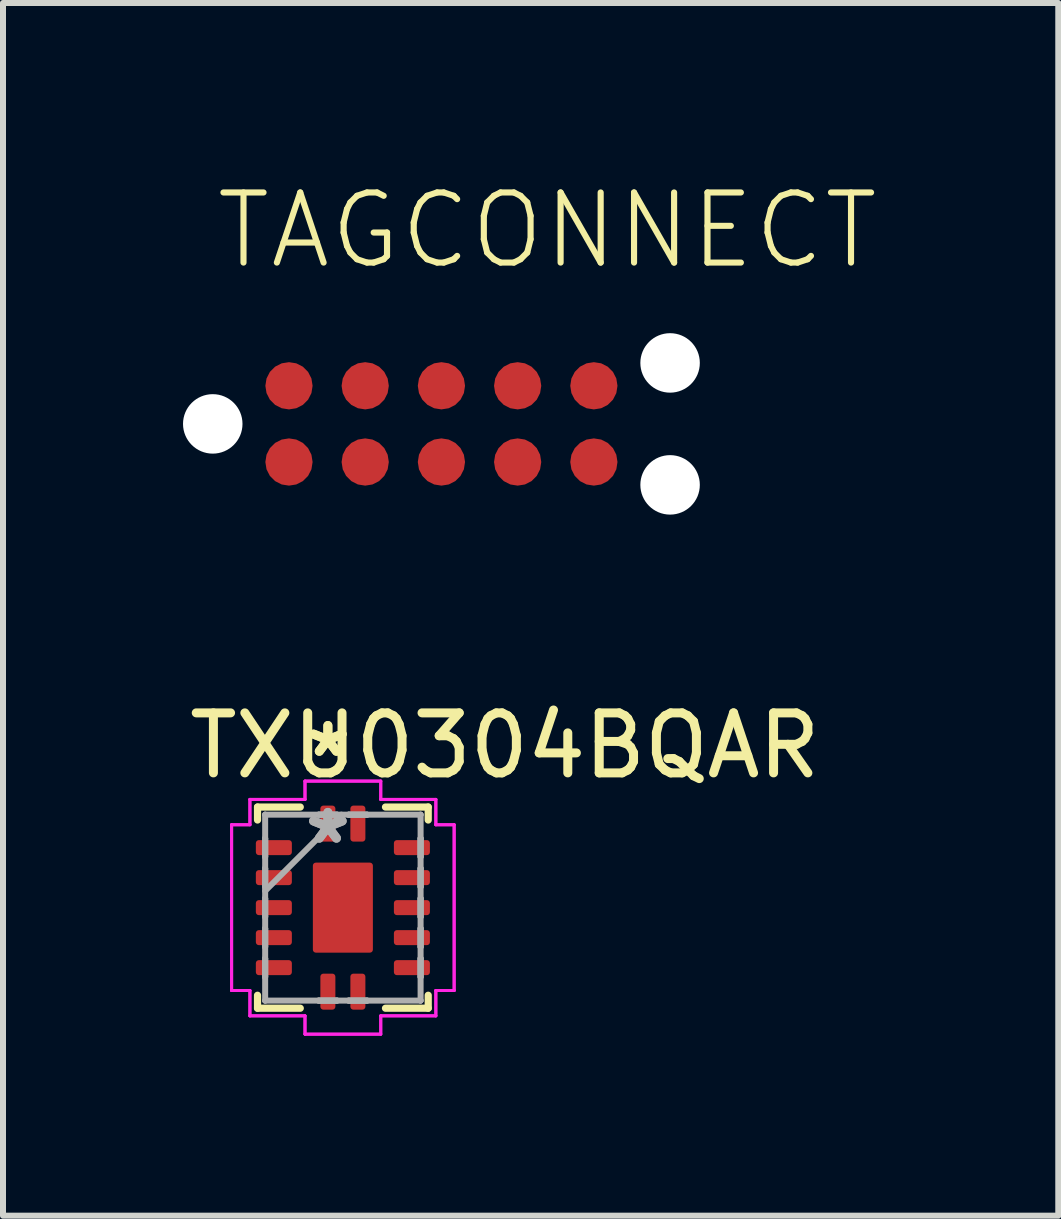
<source format=kicad_pcb>
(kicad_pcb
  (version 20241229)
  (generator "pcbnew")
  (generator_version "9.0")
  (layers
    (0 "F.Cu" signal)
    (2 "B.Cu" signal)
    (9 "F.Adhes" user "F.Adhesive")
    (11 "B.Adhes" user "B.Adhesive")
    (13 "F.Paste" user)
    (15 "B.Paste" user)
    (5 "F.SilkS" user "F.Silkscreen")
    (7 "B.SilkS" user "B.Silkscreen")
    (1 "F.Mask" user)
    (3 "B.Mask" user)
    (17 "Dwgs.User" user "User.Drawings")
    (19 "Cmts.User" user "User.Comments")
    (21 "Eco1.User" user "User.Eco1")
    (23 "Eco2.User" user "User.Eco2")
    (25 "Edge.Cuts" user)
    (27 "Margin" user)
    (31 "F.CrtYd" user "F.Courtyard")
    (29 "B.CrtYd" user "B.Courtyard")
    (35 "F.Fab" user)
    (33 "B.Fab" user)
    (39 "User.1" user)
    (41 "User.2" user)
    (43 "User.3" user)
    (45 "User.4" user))
  (footprint "TAGCONNECT"
    (layer "F.Cu")
    (at 4.305 4.013)
    (property "Reference" "TAGCONNECT" (at -3.81 -2.54 0) (layer "F.SilkS") (effects (font (size 1.168 1.168) (thickness 0.102)) (justify left bottom)))
    (pad "" np_thru_hole circle (at -3.81 0) (size 0.991 0.991) (drill 0.991) (layers "*.Cu" "*.Mask"))
    (pad "" np_thru_hole circle (at 3.81 -1.016) (size 0.991 0.991) (drill 0.991) (layers "*.Cu" "*.Mask"))
    (pad "" np_thru_hole circle (at 3.81 1.016) (size 0.991 0.991) (drill 0.991) (layers "*.Cu" "*.Mask"))
    (pad "1" smd roundrect (at -2.54 0.635) (size 0.787 0.787) (layers "F.Cu" "F.Mask") (roundrect_rratio 0.5))
    (pad "2" smd roundrect (at -1.27 0.635) (size 0.787 0.787) (layers "F.Cu" "F.Mask") (roundrect_rratio 0.5))
    (pad "3" smd roundrect (at 0 0.635) (size 0.787 0.787) (layers "F.Cu" "F.Mask") (roundrect_rratio 0.5))
    (pad "4" smd roundrect (at 1.27 0.635) (size 0.787 0.787) (layers "F.Cu" "F.Mask") (roundrect_rratio 0.5))
    (pad "5" smd roundrect (at 2.54 0.635) (size 0.787 0.787) (layers "F.Cu" "F.Mask") (roundrect_rratio 0.5))
    (pad "6" smd roundrect (at 2.54 -0.635) (size 0.787 0.787) (layers "F.Cu" "F.Mask") (roundrect_rratio 0.5))
    (pad "7" smd roundrect (at 1.27 -0.635) (size 0.787 0.787) (layers "F.Cu" "F.Mask") (roundrect_rratio 0.5))
    (pad "8" smd roundrect (at 0 -0.635) (size 0.787 0.787) (layers "F.Cu" "F.Mask") (roundrect_rratio 0.5))
    (pad "9" smd roundrect (at -1.27 -0.635) (size 0.787 0.787) (layers "F.Cu" "F.Mask") (roundrect_rratio 0.5))
    (pad "10" smd roundrect (at -2.54 -0.635) (size 0.787 0.787) (layers "F.Cu" "F.Mask") (roundrect_rratio 0.5)))
  (footprint "TXU0304BQAR"
    (layer "F.Cu")
    (at 2.663 12.073)
    (property "Reference" "TXU0304BQAR" (at 2.7 -2.7 0) (layer "F.SilkS") (effects (font (size 1 1) (thickness 0.15))))
    (attr through_hole)
    (fp_line (start -1.422 -1.676) (end -1.422 -1.46) (stroke (width 0.12) (type solid)) (layer "F.SilkS"))
    (fp_line (start -1.422 1.46) (end -1.422 1.676) (stroke (width 0.12) (type solid)) (layer "F.SilkS"))
    (fp_line (start -1.422 1.676) (end -0.71 1.676) (stroke (width 0.12) (type solid)) (layer "F.SilkS"))
    (fp_line (start -0.71 -1.676) (end -1.422 -1.676) (stroke (width 0.12) (type solid)) (layer "F.SilkS"))
    (fp_line (start 0.71 1.676) (end 1.422 1.676) (stroke (width 0.12) (type solid)) (layer "F.SilkS"))
    (fp_line (start 1.422 -1.676) (end 0.71 -1.676) (stroke (width 0.12) (type solid)) (layer "F.SilkS"))
    (fp_line (start 1.422 -1.46) (end 1.422 -1.676) (stroke (width 0.12) (type solid)) (layer "F.SilkS"))
    (fp_line (start 1.422 1.676) (end 1.422 1.46) (stroke (width 0.12) (type solid)) (layer "F.SilkS"))
    (fp_line (start -1.854 -1.381) (end -1.549 -1.381) (stroke (width 0.05) (type solid)) (layer "F.CrtYd"))
    (fp_line (start -1.854 -1.381) (end -1.549 -1.381) (stroke (width 0.05) (type solid)) (layer "F.CrtYd"))
    (fp_line (start -1.854 1.381) (end -1.854 -1.381) (stroke (width 0.05) (type solid)) (layer "F.CrtYd"))
    (fp_line (start -1.854 1.381) (end -1.854 -1.381) (stroke (width 0.05) (type solid)) (layer "F.CrtYd"))
    (fp_line (start -1.549 -1.803) (end -0.631 -1.803) (stroke (width 0.05) (type solid)) (layer "F.CrtYd"))
    (fp_line (start -1.549 -1.803) (end -0.631 -1.803) (stroke (width 0.05) (type solid)) (layer "F.CrtYd"))
    (fp_line (start -1.549 -1.381) (end -1.549 -1.803) (stroke (width 0.05) (type solid)) (layer "F.CrtYd"))
    (fp_line (start -1.549 -1.381) (end -1.549 -1.803) (stroke (width 0.05) (type solid)) (layer "F.CrtYd"))
    (fp_line (start -1.549 1.381) (end -1.854 1.381) (stroke (width 0.05) (type solid)) (layer "F.CrtYd"))
    (fp_line (start -1.549 1.381) (end -1.854 1.381) (stroke (width 0.05) (type solid)) (layer "F.CrtYd"))
    (fp_line (start -1.549 1.803) (end -1.549 1.381) (stroke (width 0.05) (type solid)) (layer "F.CrtYd"))
    (fp_line (start -1.549 1.803) (end -1.549 1.381) (stroke (width 0.05) (type solid)) (layer "F.CrtYd"))
    (fp_line (start -0.631 -2.108) (end 0.631 -2.108) (stroke (width 0.05) (type solid)) (layer "F.CrtYd"))
    (fp_line (start -0.631 -2.108) (end 0.631 -2.108) (stroke (width 0.05) (type solid)) (layer "F.CrtYd"))
    (fp_line (start -0.631 -1.803) (end -0.631 -2.108) (stroke (width 0.05) (type solid)) (layer "F.CrtYd"))
    (fp_line (start -0.631 -1.803) (end -0.631 -2.108) (stroke (width 0.05) (type solid)) (layer "F.CrtYd"))
    (fp_line (start -0.631 1.803) (end -1.549 1.803) (stroke (width 0.05) (type solid)) (layer "F.CrtYd"))
    (fp_line (start -0.631 1.803) (end -1.549 1.803) (stroke (width 0.05) (type solid)) (layer "F.CrtYd"))
    (fp_line (start -0.631 2.108) (end -0.631 1.803) (stroke (width 0.05) (type solid)) (layer "F.CrtYd"))
    (fp_line (start -0.631 2.108) (end -0.631 1.803) (stroke (width 0.05) (type solid)) (layer "F.CrtYd"))
    (fp_line (start 0.631 -2.108) (end 0.631 -1.803) (stroke (width 0.05) (type solid)) (layer "F.CrtYd"))
    (fp_line (start 0.631 -2.108) (end 0.631 -1.803) (stroke (width 0.05) (type solid)) (layer "F.CrtYd"))
    (fp_line (start 0.631 -1.803) (end 1.549 -1.803) (stroke (width 0.05) (type solid)) (layer "F.CrtYd"))
    (fp_line (start 0.631 -1.803) (end 1.549 -1.803) (stroke (width 0.05) (type solid)) (layer "F.CrtYd"))
    (fp_line (start 0.631 1.803) (end 0.631 2.108) (stroke (width 0.05) (type solid)) (layer "F.CrtYd"))
    (fp_line (start 0.631 1.803) (end 0.631 2.108) (stroke (width 0.05) (type solid)) (layer "F.CrtYd"))
    (fp_line (start 0.631 2.108) (end -0.631 2.108) (stroke (width 0.05) (type solid)) (layer "F.CrtYd"))
    (fp_line (start 0.631 2.108) (end -0.631 2.108) (stroke (width 0.05) (type solid)) (layer "F.CrtYd"))
    (fp_line (start 1.549 -1.803) (end 1.549 -1.381) (stroke (width 0.05) (type solid)) (layer "F.CrtYd"))
    (fp_line (start 1.549 -1.803) (end 1.549 -1.381) (stroke (width 0.05) (type solid)) (layer "F.CrtYd"))
    (fp_line (start 1.549 -1.381) (end 1.854 -1.381) (stroke (width 0.05) (type solid)) (layer "F.CrtYd"))
    (fp_line (start 1.549 -1.381) (end 1.854 -1.381) (stroke (width 0.05) (type solid)) (layer "F.CrtYd"))
    (fp_line (start 1.549 1.381) (end 1.549 1.803) (stroke (width 0.05) (type solid)) (layer "F.CrtYd"))
    (fp_line (start 1.549 1.381) (end 1.549 1.803) (stroke (width 0.05) (type solid)) (layer "F.CrtYd"))
    (fp_line (start 1.549 1.803) (end 0.631 1.803) (stroke (width 0.05) (type solid)) (layer "F.CrtYd"))
    (fp_line (start 1.549 1.803) (end 0.631 1.803) (stroke (width 0.05) (type solid)) (layer "F.CrtYd"))
    (fp_line (start 1.854 -1.381) (end 1.854 1.381) (stroke (width 0.05) (type solid)) (layer "F.CrtYd"))
    (fp_line (start 1.854 -1.381) (end 1.854 1.381) (stroke (width 0.05) (type solid)) (layer "F.CrtYd"))
    (fp_line (start 1.854 1.381) (end 1.549 1.381) (stroke (width 0.05) (type solid)) (layer "F.CrtYd"))
    (fp_line (start 1.854 1.381) (end 1.549 1.381) (stroke (width 0.05) (type solid)) (layer "F.CrtYd"))
    (fp_line (start -1.295 -1.549) (end -1.295 -1.549) (stroke (width 0.1) (type solid)) (layer "F.Fab"))
    (fp_line (start -1.295 -1.549) (end -1.295 1.549) (stroke (width 0.1) (type solid)) (layer "F.Fab"))
    (fp_line (start -1.295 -1.153) (end -1.295 -1.153) (stroke (width 0.1) (type solid)) (layer "F.Fab"))
    (fp_line (start -1.295 -1.153) (end -1.295 -0.848) (stroke (width 0.1) (type solid)) (layer "F.Fab"))
    (fp_line (start -1.295 -0.848) (end -1.295 -1.153) (stroke (width 0.1) (type solid)) (layer "F.Fab"))
    (fp_line (start -1.295 -0.848) (end -1.295 -0.848) (stroke (width 0.1) (type solid)) (layer "F.Fab"))
    (fp_line (start -1.295 -0.653) (end -1.295 -0.653) (stroke (width 0.1) (type solid)) (layer "F.Fab"))
    (fp_line (start -1.295 -0.653) (end -1.295 -0.348) (stroke (width 0.1) (type solid)) (layer "F.Fab"))
    (fp_line (start -1.295 -0.348) (end -1.295 -0.653) (stroke (width 0.1) (type solid)) (layer "F.Fab"))
    (fp_line (start -1.295 -0.348) (end -1.295 -0.348) (stroke (width 0.1) (type solid)) (layer "F.Fab"))
    (fp_line (start -1.295 -0.279) (end -0.025 -1.549) (stroke (width 0.1) (type solid)) (layer "F.Fab"))
    (fp_line (start -1.295 -0.152) (end -1.295 -0.152) (stroke (width 0.1) (type solid)) (layer "F.Fab"))
    (fp_line (start -1.295 -0.152) (end -1.295 0.152) (stroke (width 0.1) (type solid)) (layer "F.Fab"))
    (fp_line (start -1.295 0.152) (end -1.295 -0.152) (stroke (width 0.1) (type solid)) (layer "F.Fab"))
    (fp_line (start -1.295 0.152) (end -1.295 0.152) (stroke (width 0.1) (type solid)) (layer "F.Fab"))
    (fp_line (start -1.295 0.348) (end -1.295 0.348) (stroke (width 0.1) (type solid)) (layer "F.Fab"))
    (fp_line (start -1.295 0.348) (end -1.295 0.653) (stroke (width 0.1) (type solid)) (layer "F.Fab"))
    (fp_line (start -1.295 0.653) (end -1.295 0.348) (stroke (width 0.1) (type solid)) (layer "F.Fab"))
    (fp_line (start -1.295 0.653) (end -1.295 0.653) (stroke (width 0.1) (type solid)) (layer "F.Fab"))
    (fp_line (start -1.295 0.848) (end -1.295 0.848) (stroke (width 0.1) (type solid)) (layer "F.Fab"))
    (fp_line (start -1.295 0.848) (end -1.295 1.153) (stroke (width 0.1) (type solid)) (layer "F.Fab"))
    (fp_line (start -1.295 1.153) (end -1.295 0.848) (stroke (width 0.1) (type solid)) (layer "F.Fab"))
    (fp_line (start -1.295 1.153) (end -1.295 1.153) (stroke (width 0.1) (type solid)) (layer "F.Fab"))
    (fp_line (start -1.295 1.549) (end -1.295 1.549) (stroke (width 0.1) (type solid)) (layer "F.Fab"))
    (fp_line (start -1.295 1.549) (end 1.295 1.549) (stroke (width 0.1) (type solid)) (layer "F.Fab"))
    (fp_line (start -0.402 -1.549) (end -0.402 -1.549) (stroke (width 0.1) (type solid)) (layer "F.Fab"))
    (fp_line (start -0.402 -1.549) (end -0.098 -1.549) (stroke (width 0.1) (type solid)) (layer "F.Fab"))
    (fp_line (start -0.402 1.549) (end -0.402 1.549) (stroke (width 0.1) (type solid)) (layer "F.Fab"))
    (fp_line (start -0.402 1.549) (end -0.098 1.549) (stroke (width 0.1) (type solid)) (layer "F.Fab"))
    (fp_line (start -0.098 -1.549) (end -0.402 -1.549) (stroke (width 0.1) (type solid)) (layer "F.Fab"))
    (fp_line (start -0.098 -1.549) (end -0.098 -1.549) (stroke (width 0.1) (type solid)) (layer "F.Fab"))
    (fp_line (start -0.098 1.549) (end -0.402 1.549) (stroke (width 0.1) (type solid)) (layer "F.Fab"))
    (fp_line (start -0.098 1.549) (end -0.098 1.549) (stroke (width 0.1) (type solid)) (layer "F.Fab"))
    (fp_line (start 0.098 -1.549) (end 0.098 -1.549) (stroke (width 0.1) (type solid)) (layer "F.Fab"))
    (fp_line (start 0.098 -1.549) (end 0.402 -1.549) (stroke (width 0.1) (type solid)) (layer "F.Fab"))
    (fp_line (start 0.098 1.549) (end 0.098 1.549) (stroke (width 0.1) (type solid)) (layer "F.Fab"))
    (fp_line (start 0.098 1.549) (end 0.402 1.549) (stroke (width 0.1) (type solid)) (layer "F.Fab"))
    (fp_line (start 0.402 -1.549) (end 0.098 -1.549) (stroke (width 0.1) (type solid)) (layer "F.Fab"))
    (fp_line (start 0.402 -1.549) (end 0.402 -1.549) (stroke (width 0.1) (type solid)) (layer "F.Fab"))
    (fp_line (start 0.402 1.549) (end 0.098 1.549) (stroke (width 0.1) (type solid)) (layer "F.Fab"))
    (fp_line (start 0.402 1.549) (end 0.402 1.549) (stroke (width 0.1) (type solid)) (layer "F.Fab"))
    (fp_line (start 1.295 -1.549) (end -1.295 -1.549) (stroke (width 0.1) (type solid)) (layer "F.Fab"))
    (fp_line (start 1.295 -1.549) (end 1.295 -1.549) (stroke (width 0.1) (type solid)) (layer "F.Fab"))
    (fp_line (start 1.295 -1.153) (end 1.295 -1.153) (stroke (width 0.1) (type solid)) (layer "F.Fab"))
    (fp_line (start 1.295 -1.153) (end 1.295 -0.848) (stroke (width 0.1) (type solid)) (layer "F.Fab"))
    (fp_line (start 1.295 -0.848) (end 1.295 -1.153) (stroke (width 0.1) (type solid)) (layer "F.Fab"))
    (fp_line (start 1.295 -0.848) (end 1.295 -0.848) (stroke (width 0.1) (type solid)) (layer "F.Fab"))
    (fp_line (start 1.295 -0.653) (end 1.295 -0.653) (stroke (width 0.1) (type solid)) (layer "F.Fab"))
    (fp_line (start 1.295 -0.653) (end 1.295 -0.348) (stroke (width 0.1) (type solid)) (layer "F.Fab"))
    (fp_line (start 1.295 -0.348) (end 1.295 -0.653) (stroke (width 0.1) (type solid)) (layer "F.Fab"))
    (fp_line (start 1.295 -0.348) (end 1.295 -0.348) (stroke (width 0.1) (type solid)) (layer "F.Fab"))
    (fp_line (start 1.295 -0.152) (end 1.295 -0.152) (stroke (width 0.1) (type solid)) (layer "F.Fab"))
    (fp_line (start 1.295 -0.152) (end 1.295 0.152) (stroke (width 0.1) (type solid)) (layer "F.Fab"))
    (fp_line (start 1.295 0.152) (end 1.295 -0.152) (stroke (width 0.1) (type solid)) (layer "F.Fab"))
    (fp_line (start 1.295 0.152) (end 1.295 0.152) (stroke (width 0.1) (type solid)) (layer "F.Fab"))
    (fp_line (start 1.295 0.348) (end 1.295 0.348) (stroke (width 0.1) (type solid)) (layer "F.Fab"))
    (fp_line (start 1.295 0.348) (end 1.295 0.653) (stroke (width 0.1) (type solid)) (layer "F.Fab"))
    (fp_line (start 1.295 0.653) (end 1.295 0.348) (stroke (width 0.1) (type solid)) (layer "F.Fab"))
    (fp_line (start 1.295 0.653) (end 1.295 0.653) (stroke (width 0.1) (type solid)) (layer "F.Fab"))
    (fp_line (start 1.295 0.848) (end 1.295 0.848) (stroke (width 0.1) (type solid)) (layer "F.Fab"))
    (fp_line (start 1.295 0.848) (end 1.295 1.153) (stroke (width 0.1) (type solid)) (layer "F.Fab"))
    (fp_line (start 1.295 1.153) (end 1.295 0.848) (stroke (width 0.1) (type solid)) (layer "F.Fab"))
    (fp_line (start 1.295 1.153) (end 1.295 1.153) (stroke (width 0.1) (type solid)) (layer "F.Fab"))
    (fp_line (start 1.295 1.549) (end 1.295 -1.549) (stroke (width 0.1) (type solid)) (layer "F.Fab"))
    (fp_line (start 1.295 1.549) (end 1.295 1.549) (stroke (width 0.1) (type solid)) (layer "F.Fab"))
    (fp_text user "*" (at -0.25 -2.489 0) (layer "F.SilkS") (effects (font (size 1 1) (thickness 0.15))))
    (fp_text user "*" (at -0.25 -2.489 0) (layer "F.SilkS") (effects (font (size 1 1) (thickness 0.15))))
    (fp_text user "*" (at -0.25 -1.041 0) (layer "F.Fab") (effects (font (size 1 1) (thickness 0.15))))
    (fp_text user "*" (at -0.25 -1.041 0) (layer "F.Fab") (effects (font (size 1 1) (thickness 0.15))))
    (pad "1" smd roundrect (at -0.25 -1.4 180) (size 0.25 0.6) (layers "F.Cu" "F.Mask" "F.Paste") (roundrect_rratio 0.2))
    (pad "2" smd roundrect (at -1.15 -1 90) (size 0.25 0.6) (layers "F.Cu" "F.Mask" "F.Paste") (roundrect_rratio 0.2))
    (pad "3" smd roundrect (at -1.15 -0.5 90) (size 0.25 0.6) (layers "F.Cu" "F.Mask" "F.Paste") (roundrect_rratio 0.2))
    (pad "4" smd roundrect (at -1.15 0 90) (size 0.25 0.6) (layers "F.Cu" "F.Mask" "F.Paste") (roundrect_rratio 0.2))
    (pad "5" smd roundrect (at -1.15 0.5 90) (size 0.25 0.6) (layers "F.Cu" "F.Mask" "F.Paste") (roundrect_rratio 0.2))
    (pad "6" smd roundrect (at -1.15 1 90) (size 0.25 0.6) (layers "F.Cu" "F.Mask" "F.Paste") (roundrect_rratio 0.2))
    (pad "7" smd roundrect (at -0.25 1.4 180) (size 0.25 0.6) (layers "F.Cu" "F.Mask" "F.Paste") (roundrect_rratio 0.2))
    (pad "8" smd roundrect (at 0.25 1.4 180) (size 0.25 0.6) (layers "F.Cu" "F.Mask" "F.Paste") (roundrect_rratio 0.2))
    (pad "9" smd roundrect (at 1.15 1 90) (size 0.25 0.6) (layers "F.Cu" "F.Mask" "F.Paste") (roundrect_rratio 0.2))
    (pad "10" smd roundrect (at 1.15 0.5 90) (size 0.25 0.6) (layers "F.Cu" "F.Mask" "F.Paste") (roundrect_rratio 0.2))
    (pad "11" smd roundrect (at 1.15 0 90) (size 0.25 0.6) (layers "F.Cu" "F.Mask" "F.Paste") (roundrect_rratio 0.2))
    (pad "12" smd roundrect (at 1.15 -0.5 90) (size 0.25 0.6) (layers "F.Cu" "F.Mask" "F.Paste") (roundrect_rratio 0.2))
    (pad "13" smd roundrect (at 1.15 -1 90) (size 0.25 0.6) (layers "F.Cu" "F.Mask" "F.Paste") (roundrect_rratio 0.2))
    (pad "14" smd roundrect (at 0.25 -1.4 180) (size 0.25 0.6) (layers "F.Cu" "F.Mask" "F.Paste") (roundrect_rratio 0.2))
    (pad "15" smd roundrect (at 0 0) (size 1 1.5) (layers "F.Cu" "F.Mask" "F.Paste") (roundrect_rratio 0.05)))
  (gr_rect
    (start -3 -3)
    (end 14.583 17.206)
    (stroke (width 0.1) (type default))
    (fill no)
    (layer "Edge.Cuts")))
</source>
